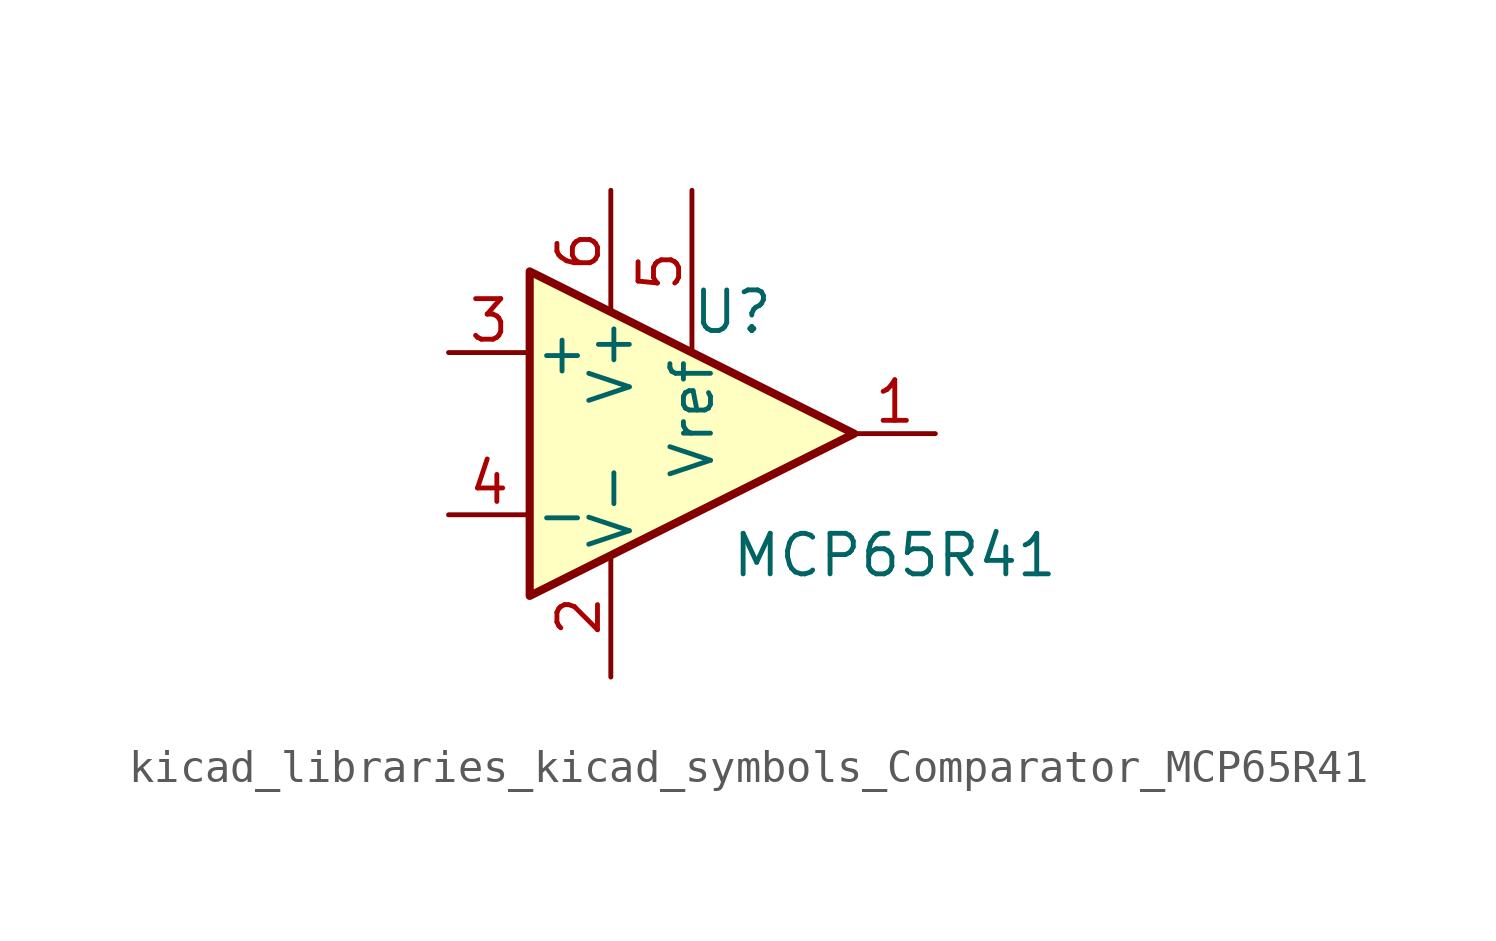
<source format=kicad_sym>
(kicad_symbol_lib
  (version 20220914)
  (generator kicad_symbol_editor)
  (symbol "kicad_libraries_kicad_symbols_Comparator_MCP65R41"
    (pin_names
      (offset 0.127))
    (property "Reference" "U"
      (at 1.27 3.81 0)
      (effects (font (size 1.27 1.27))))
    (property "Value" "MCP65R41"
      (at 6.35 -3.81 0)
      (effects (font (size 1.27 1.27))))
    (symbol "kicad_libraries_kicad_symbols_Comparator_MCP65R41_0_1"
      (polyline (pts (xy -5.08 5.08) (xy -5.08 -5.08) (xy 5.08 0) (xy -5.08 5.08)) (stroke (width 0.254) (type default)) (fill (type background))))
    (symbol "kicad_libraries_kicad_symbols_Comparator_MCP65R41_1_1"
      (pin output line (at 7.62 0 180) (length 2.54) (name "~" (effects (font (size 1.27 1.27)))) (number "1" (effects (font (size 1.27 1.27)))))
      (pin power_in line (at -2.54 -7.62 90) (length 3.81) (name "V-" (effects (font (size 1.27 1.27)))) (number "2" (effects (font (size 1.27 1.27)))))
      (pin input line (at -7.62 2.54 0) (length 2.54) (name "+" (effects (font (size 1.27 1.27)))) (number "3" (effects (font (size 1.27 1.27)))))
      (pin input line (at -7.62 -2.54 0) (length 2.54) (name "-" (effects (font (size 1.27 1.27)))) (number "4" (effects (font (size 1.27 1.27)))))
      (pin power_out line (at 0 7.62 270) (length 5.08) (name "Vref" (effects (font (size 1.27 1.27)))) (number "5" (effects (font (size 1.27 1.27)))))
      (pin power_in line (at -2.54 7.62 270) (length 3.81) (name "V+" (effects (font (size 1.27 1.27)))) (number "6" (effects (font (size 1.27 1.27))))))))
</source>
